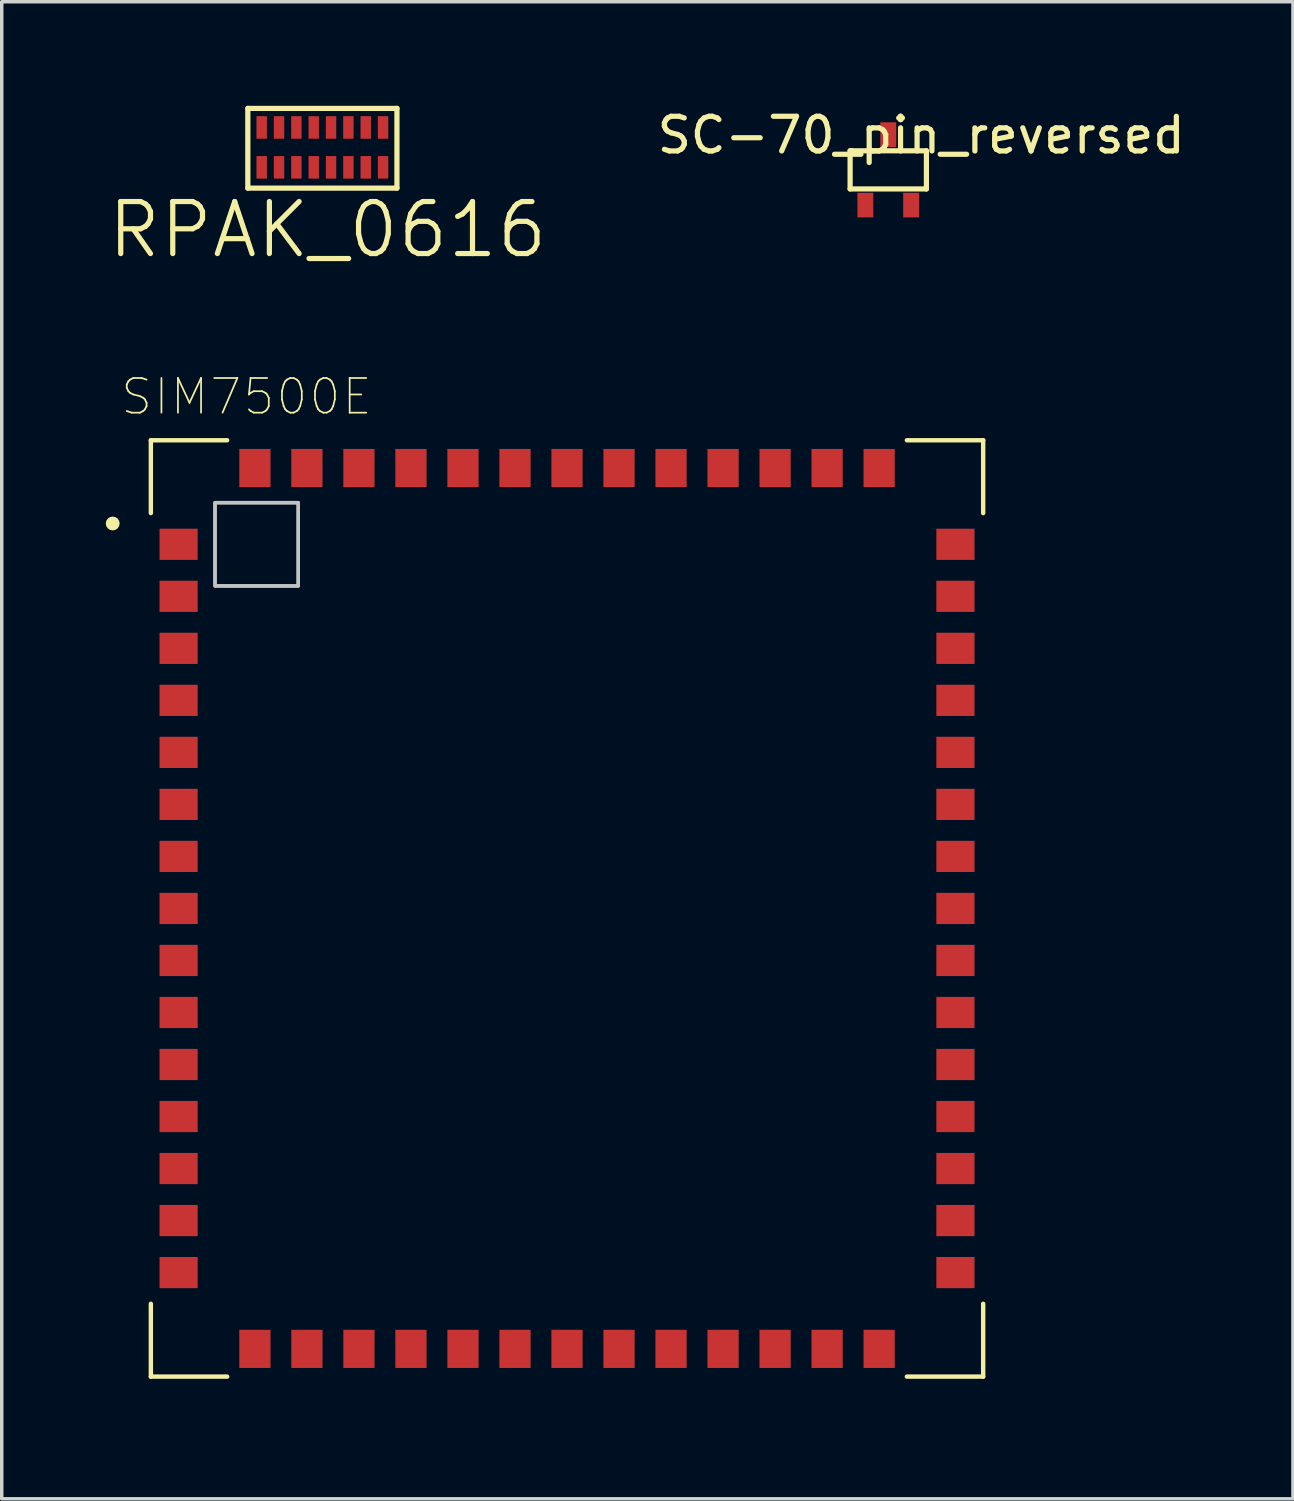
<source format=kicad_pcb>
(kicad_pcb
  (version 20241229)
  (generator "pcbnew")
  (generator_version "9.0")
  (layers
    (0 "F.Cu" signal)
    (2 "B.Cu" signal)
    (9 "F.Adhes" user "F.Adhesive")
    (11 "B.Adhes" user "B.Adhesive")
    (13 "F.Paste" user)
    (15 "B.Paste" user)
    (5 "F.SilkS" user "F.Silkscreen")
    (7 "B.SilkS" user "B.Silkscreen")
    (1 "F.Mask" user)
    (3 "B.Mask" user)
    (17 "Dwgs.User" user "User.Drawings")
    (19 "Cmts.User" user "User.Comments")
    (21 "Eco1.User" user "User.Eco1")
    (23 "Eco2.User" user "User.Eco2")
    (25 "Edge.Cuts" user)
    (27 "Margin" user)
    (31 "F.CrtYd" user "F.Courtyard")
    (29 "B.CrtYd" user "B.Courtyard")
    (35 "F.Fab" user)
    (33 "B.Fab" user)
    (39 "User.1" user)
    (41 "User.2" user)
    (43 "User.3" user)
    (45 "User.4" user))
  (footprint "RPAK_0616"
    (layer "F.Cu")
    (at 4.496 1.775)
    (property "Reference" "RPAK_0616" (at 1.9 1.8 0) (layer "F.SilkS") (effects (font (size 1.5 1.5) (thickness 0.15))))
    (attr through_hole)
    (fp_line (start -0.4 -1.7) (end 3.9 -1.7) (stroke (width 0.15) (type solid)) (layer "F.SilkS"))
    (fp_line (start -0.4 0.6) (end -0.4 -1.7) (stroke (width 0.15) (type solid)) (layer "F.SilkS"))
    (fp_line (start 3.9 -1.7) (end 3.9 0.6) (stroke (width 0.15) (type solid)) (layer "F.SilkS"))
    (fp_line (start 3.9 0.6) (end -0.4 0.6) (stroke (width 0.15) (type solid)) (layer "F.SilkS"))
    (pad "1" smd rect (at 0 0) (size 0.3 0.65) (layers "F.Cu" "F.Mask" "F.Paste"))
    (pad "2" smd rect (at 0.5 0) (size 0.3 0.65) (layers "F.Cu" "F.Mask" "F.Paste"))
    (pad "3" smd rect (at 1 0) (size 0.3 0.65) (layers "F.Cu" "F.Mask" "F.Paste"))
    (pad "4" smd rect (at 1.5 0) (size 0.3 0.65) (layers "F.Cu" "F.Mask" "F.Paste"))
    (pad "5" smd rect (at 2 0) (size 0.3 0.65) (layers "F.Cu" "F.Mask" "F.Paste"))
    (pad "6" smd rect (at 2.5 0) (size 0.3 0.65) (layers "F.Cu" "F.Mask" "F.Paste"))
    (pad "7" smd rect (at 3 0) (size 0.3 0.65) (layers "F.Cu" "F.Mask" "F.Paste"))
    (pad "8" smd rect (at 3.5 0) (size 0.3 0.65) (layers "F.Cu" "F.Mask" "F.Paste"))
    (pad "9" smd rect (at 3.5 -1.15) (size 0.3 0.65) (layers "F.Cu" "F.Mask" "F.Paste"))
    (pad "10" smd rect (at 3 -1.15) (size 0.3 0.65) (layers "F.Cu" "F.Mask" "F.Paste"))
    (pad "11" smd rect (at 2.5 -1.15) (size 0.3 0.65) (layers "F.Cu" "F.Mask" "F.Paste"))
    (pad "12" smd rect (at 2 -1.15) (size 0.3 0.65) (layers "F.Cu" "F.Mask" "F.Paste"))
    (pad "13" smd rect (at 1.5 -1.15) (size 0.3 0.65) (layers "F.Cu" "F.Mask" "F.Paste"))
    (pad "14" smd rect (at 1 -1.15) (size 0.3 0.65) (layers "F.Cu" "F.Mask" "F.Paste"))
    (pad "15" smd rect (at 0.5 -1.15) (size 0.3 0.65) (layers "F.Cu" "F.Mask" "F.Paste"))
    (pad "16" smd rect (at 0 -1.15) (size 0.3 0.65) (layers "F.Cu" "F.Mask" "F.Paste")))
  (footprint "SIM7500E"
    (layer "F.Cu")
    (at 16.3 24.645)
    (property "Reference" "SIM7500E" (at -12.243 -16.256 0) (layer "F.SilkS") (effects (font (size 1 1) (thickness 0.05))))
    (attr smd)
    (fp_line (start -15 -15) (end -12.8 -15) (stroke (width 0.127) (type solid)) (layer "F.SilkS"))
    (fp_line (start -15 -12.9) (end -15 -15) (stroke (width 0.127) (type solid)) (layer "F.SilkS"))
    (fp_line (start -15 12) (end -15 9.9) (stroke (width 0.127) (type solid)) (layer "F.SilkS"))
    (fp_line (start -12.8 12) (end -15 12) (stroke (width 0.127) (type solid)) (layer "F.SilkS"))
    (fp_line (start 6.8 -15) (end 9 -15) (stroke (width 0.127) (type solid)) (layer "F.SilkS"))
    (fp_line (start 9 -15) (end 9 -12.9) (stroke (width 0.127) (type solid)) (layer "F.SilkS"))
    (fp_line (start 9 9.9) (end 9 12) (stroke (width 0.127) (type solid)) (layer "F.SilkS"))
    (fp_line (start 9 12) (end 6.8 12) (stroke (width 0.127) (type solid)) (layer "F.SilkS"))
    (fp_circle (center -16.1 -12.6) (end -16 -12.6) (stroke (width 0.2) (type solid)) (fill no) (layer "F.SilkS"))
    (fp_poly (pts (xy -13.15 -13.2) (xy -10.75 -13.2) (xy -10.75 -10.8) (xy -13.15 -10.8)) (stroke (width 0.1) (type solid)) (fill no) (layer "Dwgs.User"))
    (fp_poly (pts (xy -13.15 -13.2) (xy -10.75 -13.2) (xy -10.75 -10.8) (xy -13.15 -10.8)) (stroke (width 0.1) (type solid)) (fill no) (layer "Dwgs.User"))
    (fp_line (start -15.5 -15.5) (end 9.5 -15.5) (stroke (width 0.05) (type solid)) (layer "Eco1.User"))
    (fp_line (start -15.5 12.5) (end -15.5 -15.5) (stroke (width 0.05) (type solid)) (layer "Eco1.User"))
    (fp_line (start 9.5 -15.5) (end 9.5 12.5) (stroke (width 0.05) (type solid)) (layer "Eco1.User"))
    (fp_line (start 9.5 12.5) (end -15.5 12.5) (stroke (width 0.05) (type solid)) (layer "Eco1.User"))
    (fp_line (start -15 -15) (end 9 -15) (stroke (width 0.127) (type solid)) (layer "Eco2.User"))
    (fp_line (start -15 12) (end -15 -15) (stroke (width 0.127) (type solid)) (layer "Eco2.User"))
    (fp_line (start 9 -15) (end 9 12) (stroke (width 0.127) (type solid)) (layer "Eco2.User"))
    (fp_line (start 9 12) (end -15 12) (stroke (width 0.127) (type solid)) (layer "Eco2.User"))
    (fp_circle (center -16.1 -12.6) (end -16 -12.6) (stroke (width 0.2) (type solid)) (fill no) (layer "Eco2.User"))
    (pad "1" smd rect (at -14.2 -12) (size 1.1 0.9) (layers "F.Cu" "F.Mask" "F.Paste"))
    (pad "2" smd rect (at -14.2 -10.5) (size 1.1 0.9) (layers "F.Cu" "F.Mask" "F.Paste"))
    (pad "3" smd rect (at -14.2 -9) (size 1.1 0.9) (layers "F.Cu" "F.Mask" "F.Paste"))
    (pad "4" smd rect (at -14.2 -7.5) (size 1.1 0.9) (layers "F.Cu" "F.Mask" "F.Paste"))
    (pad "5" smd rect (at -14.2 -6) (size 1.1 0.9) (layers "F.Cu" "F.Mask" "F.Paste"))
    (pad "6" smd rect (at -14.2 -4.5) (size 1.1 0.9) (layers "F.Cu" "F.Mask" "F.Paste"))
    (pad "7" smd rect (at -14.2 -3) (size 1.1 0.9) (layers "F.Cu" "F.Mask" "F.Paste"))
    (pad "8" smd rect (at -14.2 -1.5) (size 1.1 0.9) (layers "F.Cu" "F.Mask" "F.Paste"))
    (pad "9" smd rect (at -14.2 0) (size 1.1 0.9) (layers "F.Cu" "F.Mask" "F.Paste"))
    (pad "10" smd rect (at -14.2 1.5) (size 1.1 0.9) (layers "F.Cu" "F.Mask" "F.Paste"))
    (pad "11" smd rect (at -14.2 3) (size 1.1 0.9) (layers "F.Cu" "F.Mask" "F.Paste"))
    (pad "12" smd rect (at -14.2 4.5) (size 1.1 0.9) (layers "F.Cu" "F.Mask" "F.Paste"))
    (pad "13" smd rect (at -14.2 6) (size 1.1 0.9) (layers "F.Cu" "F.Mask" "F.Paste"))
    (pad "14" smd rect (at -14.2 7.5) (size 1.1 0.9) (layers "F.Cu" "F.Mask" "F.Paste"))
    (pad "15" smd rect (at -14.2 9) (size 1.1 0.9) (layers "F.Cu" "F.Mask" "F.Paste"))
    (pad "16" smd rect (at -12 11.2 270) (size 1.1 0.9) (layers "F.Cu" "F.Mask" "F.Paste"))
    (pad "17" smd rect (at -10.5 11.2 270) (size 1.1 0.9) (layers "F.Cu" "F.Mask" "F.Paste"))
    (pad "18" smd rect (at -9 11.2 270) (size 1.1 0.9) (layers "F.Cu" "F.Mask" "F.Paste"))
    (pad "19" smd rect (at -7.5 11.2 270) (size 1.1 0.9) (layers "F.Cu" "F.Mask" "F.Paste"))
    (pad "20" smd rect (at -6 11.2 270) (size 1.1 0.9) (layers "F.Cu" "F.Mask" "F.Paste"))
    (pad "21" smd rect (at -4.5 11.2 270) (size 1.1 0.9) (layers "F.Cu" "F.Mask" "F.Paste"))
    (pad "22" smd rect (at -3 11.2 270) (size 1.1 0.9) (layers "F.Cu" "F.Mask" "F.Paste"))
    (pad "23" smd rect (at -1.5 11.2 270) (size 1.1 0.9) (layers "F.Cu" "F.Mask" "F.Paste"))
    (pad "24" smd rect (at 0 11.2 270) (size 1.1 0.9) (layers "F.Cu" "F.Mask" "F.Paste"))
    (pad "25" smd rect (at 1.5 11.2 270) (size 1.1 0.9) (layers "F.Cu" "F.Mask" "F.Paste"))
    (pad "26" smd rect (at 3 11.2 270) (size 1.1 0.9) (layers "F.Cu" "F.Mask" "F.Paste"))
    (pad "27" smd rect (at 4.5 11.2 270) (size 1.1 0.9) (layers "F.Cu" "F.Mask" "F.Paste"))
    (pad "28" smd rect (at 6 11.2 270) (size 1.1 0.9) (layers "F.Cu" "F.Mask" "F.Paste"))
    (pad "29" smd rect (at 8.2 9) (size 1.1 0.9) (layers "F.Cu" "F.Mask" "F.Paste"))
    (pad "30" smd rect (at 8.2 7.5) (size 1.1 0.9) (layers "F.Cu" "F.Mask" "F.Paste"))
    (pad "31" smd rect (at 8.2 6) (size 1.1 0.9) (layers "F.Cu" "F.Mask" "F.Paste"))
    (pad "32" smd rect (at 8.2 4.5) (size 1.1 0.9) (layers "F.Cu" "F.Mask" "F.Paste"))
    (pad "33" smd rect (at 8.2 3) (size 1.1 0.9) (layers "F.Cu" "F.Mask" "F.Paste"))
    (pad "34" smd rect (at 8.2 1.5) (size 1.1 0.9) (layers "F.Cu" "F.Mask" "F.Paste"))
    (pad "35" smd rect (at 8.2 0) (size 1.1 0.9) (layers "F.Cu" "F.Mask" "F.Paste"))
    (pad "36" smd rect (at 8.2 -1.5) (size 1.1 0.9) (layers "F.Cu" "F.Mask" "F.Paste"))
    (pad "37" smd rect (at 8.2 -3) (size 1.1 0.9) (layers "F.Cu" "F.Mask" "F.Paste"))
    (pad "38" smd rect (at 8.2 -4.5) (size 1.1 0.9) (layers "F.Cu" "F.Mask" "F.Paste"))
    (pad "39" smd rect (at 8.2 -6) (size 1.1 0.9) (layers "F.Cu" "F.Mask" "F.Paste"))
    (pad "40" smd rect (at 8.2 -7.5) (size 1.1 0.9) (layers "F.Cu" "F.Mask" "F.Paste"))
    (pad "41" smd rect (at 8.2 -9) (size 1.1 0.9) (layers "F.Cu" "F.Mask" "F.Paste"))
    (pad "42" smd rect (at 8.2 -10.5) (size 1.1 0.9) (layers "F.Cu" "F.Mask" "F.Paste"))
    (pad "43" smd rect (at 8.2 -12) (size 1.1 0.9) (layers "F.Cu" "F.Mask" "F.Paste"))
    (pad "44" smd rect (at 6 -14.2 270) (size 1.1 0.9) (layers "F.Cu" "F.Mask" "F.Paste"))
    (pad "45" smd rect (at 4.5 -14.2 270) (size 1.1 0.9) (layers "F.Cu" "F.Mask" "F.Paste"))
    (pad "46" smd rect (at 3 -14.2 270) (size 1.1 0.9) (layers "F.Cu" "F.Mask" "F.Paste"))
    (pad "47" smd rect (at 1.5 -14.2 270) (size 1.1 0.9) (layers "F.Cu" "F.Mask" "F.Paste"))
    (pad "48" smd rect (at 0 -14.2 270) (size 1.1 0.9) (layers "F.Cu" "F.Mask" "F.Paste"))
    (pad "49" smd rect (at -1.5 -14.2 270) (size 1.1 0.9) (layers "F.Cu" "F.Mask" "F.Paste"))
    (pad "50" smd rect (at -3 -14.2 270) (size 1.1 0.9) (layers "F.Cu" "F.Mask" "F.Paste"))
    (pad "51" smd rect (at -4.5 -14.2 270) (size 1.1 0.9) (layers "F.Cu" "F.Mask" "F.Paste"))
    (pad "52" smd rect (at -6 -14.2 270) (size 1.1 0.9) (layers "F.Cu" "F.Mask" "F.Paste"))
    (pad "53" smd rect (at -7.5 -14.2 270) (size 1.1 0.9) (layers "F.Cu" "F.Mask" "F.Paste"))
    (pad "54" smd rect (at -9 -14.2 270) (size 1.1 0.9) (layers "F.Cu" "F.Mask" "F.Paste"))
    (pad "55" smd rect (at -10.5 -14.2 270) (size 1.1 0.9) (layers "F.Cu" "F.Mask" "F.Paste"))
    (pad "56" smd rect (at -12 -14.2 270) (size 1.1 0.9) (layers "F.Cu" "F.Mask" "F.Paste")))
  (footprint "SC-70_pin_reversed"
    (layer "F.Cu")
    (at 22.563 1.848)
    (property "Reference" "SC-70_pin_reversed" (at 0.95 -1 0) (layer "F.SilkS") (effects (font (size 1 1) (thickness 0.15))))
    (attr smd)
    (fp_line (start -1.1 -0.55) (end -1.1 0.55) (stroke (width 0.15) (type solid)) (layer "F.SilkS"))
    (fp_line (start -1.1 0.55) (end 1.1 0.55) (stroke (width 0.15) (type solid)) (layer "F.SilkS"))
    (fp_line (start -1.05 -0.55) (end -1.1 -0.55) (stroke (width 0.15) (type solid)) (layer "F.SilkS"))
    (fp_line (start 1.1 -0.55) (end -1.05 -0.55) (stroke (width 0.15) (type solid)) (layer "F.SilkS"))
    (fp_line (start 1.1 0.55) (end 1.1 -0.55) (stroke (width 0.15) (type solid)) (layer "F.SilkS"))
    (pad "1" smd rect (at 0.66 1.016) (size 0.457 0.711) (layers "F.Cu" "F.Mask" "F.Paste"))
    (pad "2" smd rect (at -0.66 1.016) (size 0.457 0.711) (layers "F.Cu" "F.Mask" "F.Paste"))
    (pad "3" smd rect (at 0 -1.016) (size 0.457 0.711) (layers "F.Cu" "F.Mask" "F.Paste")))
  (gr_rect
    (start -3 -3)
    (end 34.233 40.169)
    (stroke (width 0.1) (type default))
    (fill no)
    (layer "Edge.Cuts")))
</source>
